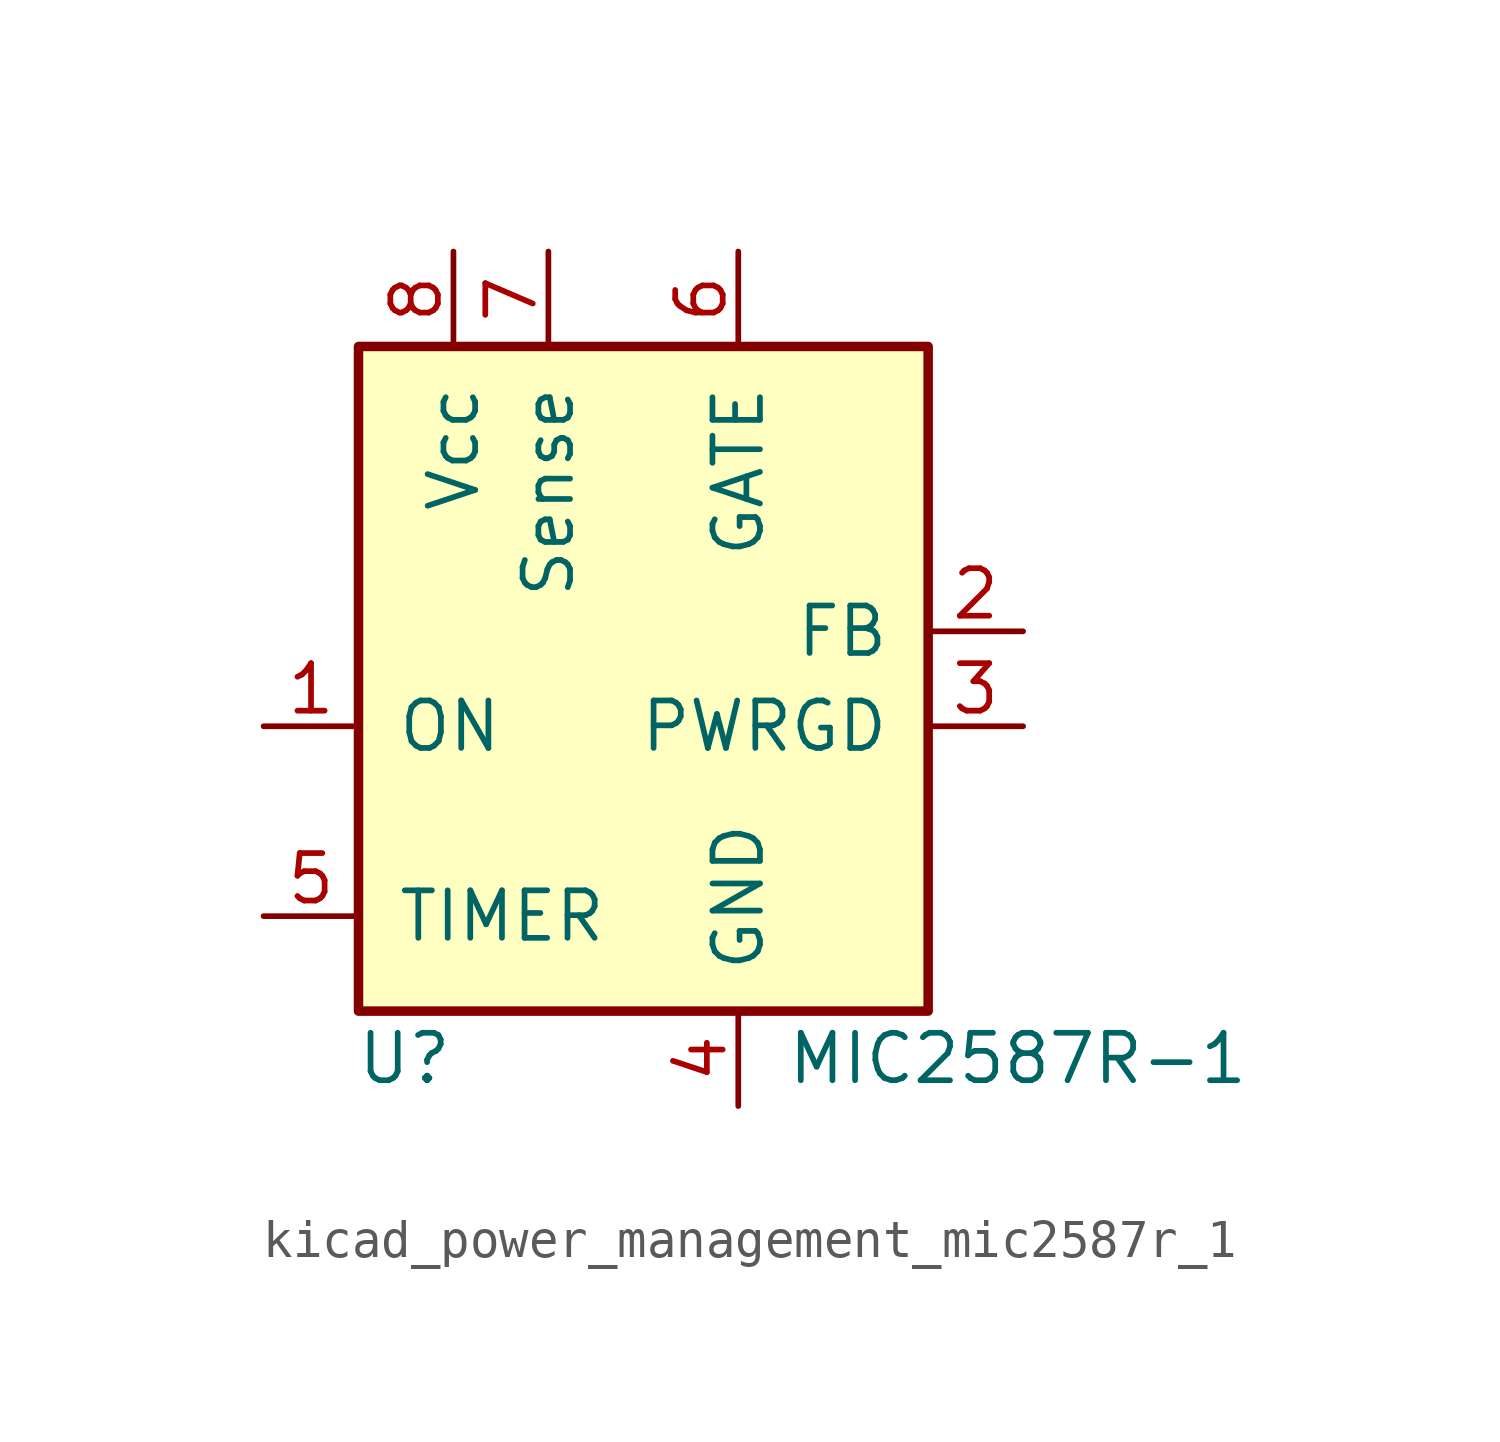
<source format=kicad_sym>
(kicad_symbol_lib
  (version 20220914)
  (generator kicad_symbol_editor)
  (symbol "kicad_power_management_mic2587r_1"
    (pin_names
      (offset 1.016))
    (property "Reference" "U"
      (at -5.08 -11.43 0)
      (effects (font (size 1.27 1.27)) (justify right)))
    (property "Value" "MIC2587R-1"
      (at 3.81 -11.43 0)
      (effects (font (size 1.27 1.27)) (justify left)))
    (symbol "kicad_power_management_mic2587r_1_0_1"
      (rectangle (start 7.62 7.62) (end -7.62 -10.16) (stroke (width 0.254) (type default)) (fill (type background))))
    (symbol "kicad_power_management_mic2587r_1_1_0"
      (pin power_in line (at 2.54 -12.7 90) (length 2.54) (name "GND" (effects (font (size 1.27 1.27)))) (number "4" (effects (font (size 1.27 1.27))))))
    (symbol "kicad_power_management_mic2587r_1_1_1"
      (pin input line (at -10.16 -2.54 0) (length 2.54) (name "ON" (effects (font (size 1.27 1.27)))) (number "1" (effects (font (size 1.27 1.27)))))
      (pin input line (at 10.16 0 180) (length 2.54) (name "FB" (effects (font (size 1.27 1.27)))) (number "2" (effects (font (size 1.27 1.27)))))
      (pin open_collector line (at 10.16 -2.54 180) (length 2.54) (name "PWRGD" (effects (font (size 1.27 1.27)))) (number "3" (effects (font (size 1.27 1.27)))))
      (pin input line (at -10.16 -7.62 0) (length 2.54) (name "TIMER" (effects (font (size 1.27 1.27)))) (number "5" (effects (font (size 1.27 1.27)))))
      (pin output line (at 2.54 10.16 270) (length 2.54) (name "GATE" (effects (font (size 1.27 1.27)))) (number "6" (effects (font (size 1.27 1.27)))))
      (pin input line (at -2.54 10.16 270) (length 2.54) (name "Sense" (effects (font (size 1.27 1.27)))) (number "7" (effects (font (size 1.27 1.27)))))
      (pin power_in line (at -5.08 10.16 270) (length 2.54) (name "Vcc" (effects (font (size 1.27 1.27)))) (number "8" (effects (font (size 1.27 1.27))))))))
</source>
